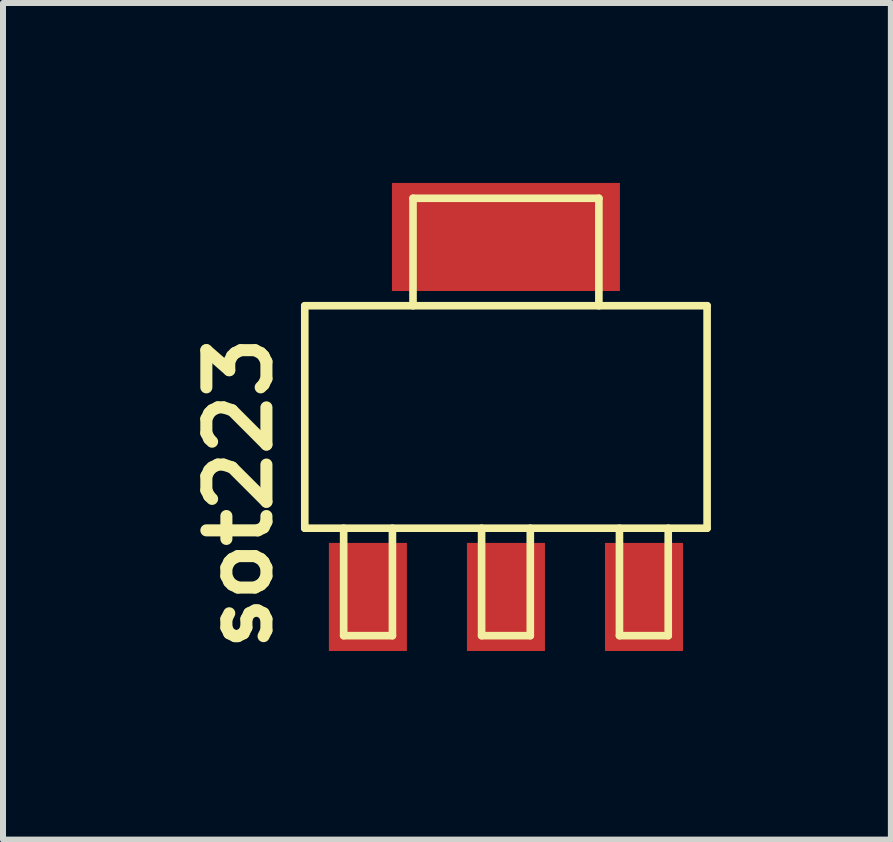
<source format=kicad_pcb>
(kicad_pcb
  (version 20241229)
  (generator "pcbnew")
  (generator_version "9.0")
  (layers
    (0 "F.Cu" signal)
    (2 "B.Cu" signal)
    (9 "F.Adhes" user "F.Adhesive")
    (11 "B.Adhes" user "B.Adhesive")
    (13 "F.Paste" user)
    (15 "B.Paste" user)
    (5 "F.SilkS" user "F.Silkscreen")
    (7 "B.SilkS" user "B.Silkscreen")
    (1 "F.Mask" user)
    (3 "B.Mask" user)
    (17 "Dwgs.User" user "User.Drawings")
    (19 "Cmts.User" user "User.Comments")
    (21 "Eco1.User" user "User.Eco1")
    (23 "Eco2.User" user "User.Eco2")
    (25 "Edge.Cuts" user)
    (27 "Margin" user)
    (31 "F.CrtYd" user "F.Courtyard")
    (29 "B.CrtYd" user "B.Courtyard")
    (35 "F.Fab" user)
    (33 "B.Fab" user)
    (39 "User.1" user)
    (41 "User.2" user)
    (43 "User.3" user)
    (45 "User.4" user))
  (footprint "sot223"
    (layer "F.Cu")
    (at 5.383 3.9)
    (property "Reference" "sot223" (at -4.445 1.27 90) (layer "F.SilkS") (effects (font (size 1.001 1.001) (thickness 0.201))))
    (attr through_hole)
    (fp_line (start -3.353 -1.854) (end 3.353 -1.854) (stroke (width 0.127) (type solid)) (layer "F.SilkS"))
    (fp_line (start -3.353 1.854) (end -3.353 -1.854) (stroke (width 0.127) (type solid)) (layer "F.SilkS"))
    (fp_line (start -2.705 3.645) (end -2.705 1.854) (stroke (width 0.127) (type solid)) (layer "F.SilkS"))
    (fp_line (start -2.705 3.645) (end -1.892 3.645) (stroke (width 0.127) (type solid)) (layer "F.SilkS"))
    (fp_line (start -1.892 3.645) (end -1.892 1.854) (stroke (width 0.127) (type solid)) (layer "F.SilkS"))
    (fp_line (start -1.549 -3.645) (end -1.549 -1.854) (stroke (width 0.127) (type solid)) (layer "F.SilkS"))
    (fp_line (start -1.549 -3.645) (end 1.549 -3.645) (stroke (width 0.127) (type solid)) (layer "F.SilkS"))
    (fp_line (start -0.406 3.645) (end -0.406 1.854) (stroke (width 0.127) (type solid)) (layer "F.SilkS"))
    (fp_line (start -0.406 3.645) (end 0.406 3.645) (stroke (width 0.127) (type solid)) (layer "F.SilkS"))
    (fp_line (start 0.406 3.645) (end 0.406 1.854) (stroke (width 0.127) (type solid)) (layer "F.SilkS"))
    (fp_line (start 1.549 -3.645) (end 1.549 -1.854) (stroke (width 0.127) (type solid)) (layer "F.SilkS"))
    (fp_line (start 1.892 3.645) (end 1.892 1.854) (stroke (width 0.127) (type solid)) (layer "F.SilkS"))
    (fp_line (start 1.892 3.645) (end 2.705 3.645) (stroke (width 0.127) (type solid)) (layer "F.SilkS"))
    (fp_line (start 2.705 3.645) (end 2.705 1.854) (stroke (width 0.127) (type solid)) (layer "F.SilkS"))
    (fp_line (start 3.353 -1.854) (end 3.353 1.854) (stroke (width 0.127) (type solid)) (layer "F.SilkS"))
    (fp_line (start 3.353 1.854) (end -3.353 1.854) (stroke (width 0.127) (type solid)) (layer "F.SilkS"))
    (pad "1" smd rect (at -2.301 3) (size 1.3 1.801) (layers "F.Cu" "F.Mask" "F.Paste"))
    (pad "2" smd rect (at 0 3) (size 1.3 1.801) (layers "F.Cu" "F.Mask" "F.Paste"))
    (pad "3" smd rect (at 2.301 3) (size 1.3 1.801) (layers "F.Cu" "F.Mask" "F.Paste"))
    (pad "4" smd rect (at 0 -3) (size 3.8 1.801) (layers "F.Cu" "F.Mask" "F.Paste")))
  (gr_rect
    (start -3 -3)
    (end 11.799 10.944)
    (stroke (width 0.1) (type default))
    (fill no)
    (layer "Edge.Cuts")))
</source>
